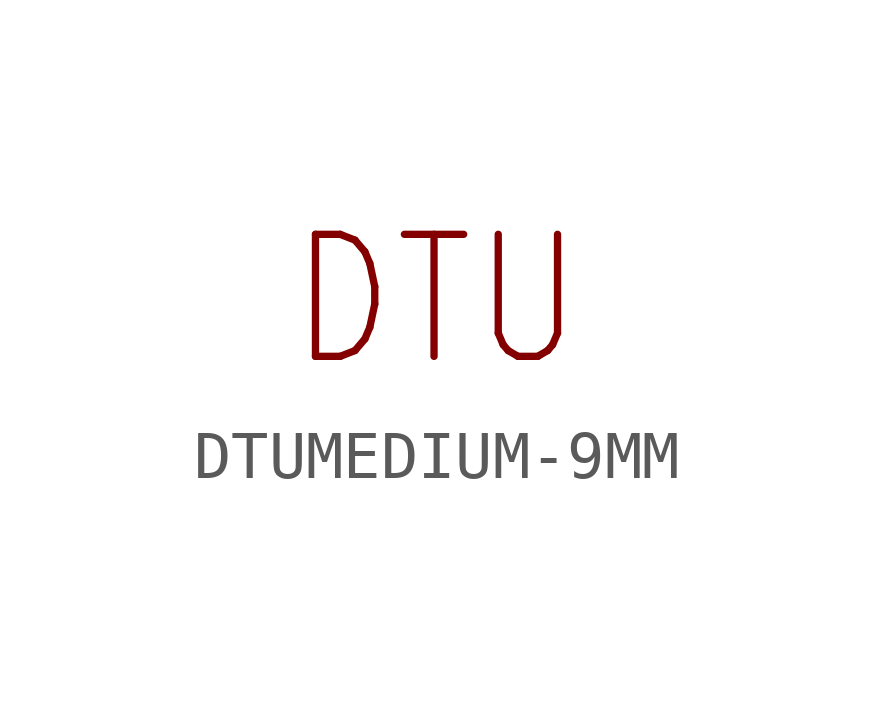
<source format=kicad_sym>
(kicad_symbol_lib
  (version 20220914)
  (generator kicad_symbol_editor)
  (symbol "DTUMEDIUM-9MM"
    (property "Reference" ""
      (at 0 0 0)
      (effects (font (size 1.27 1.27)) hide))
    (property "ki_locked" ""
      (at 0 0 0)
      (effects (font (size 1.27 1.27))))
    (symbol "DTUMEDIUM-9MM_1_0"
      (text "DTU" (at 0 0 0) (effects (font (size 2.54 2.159)) (justify bottom))))))
</source>
